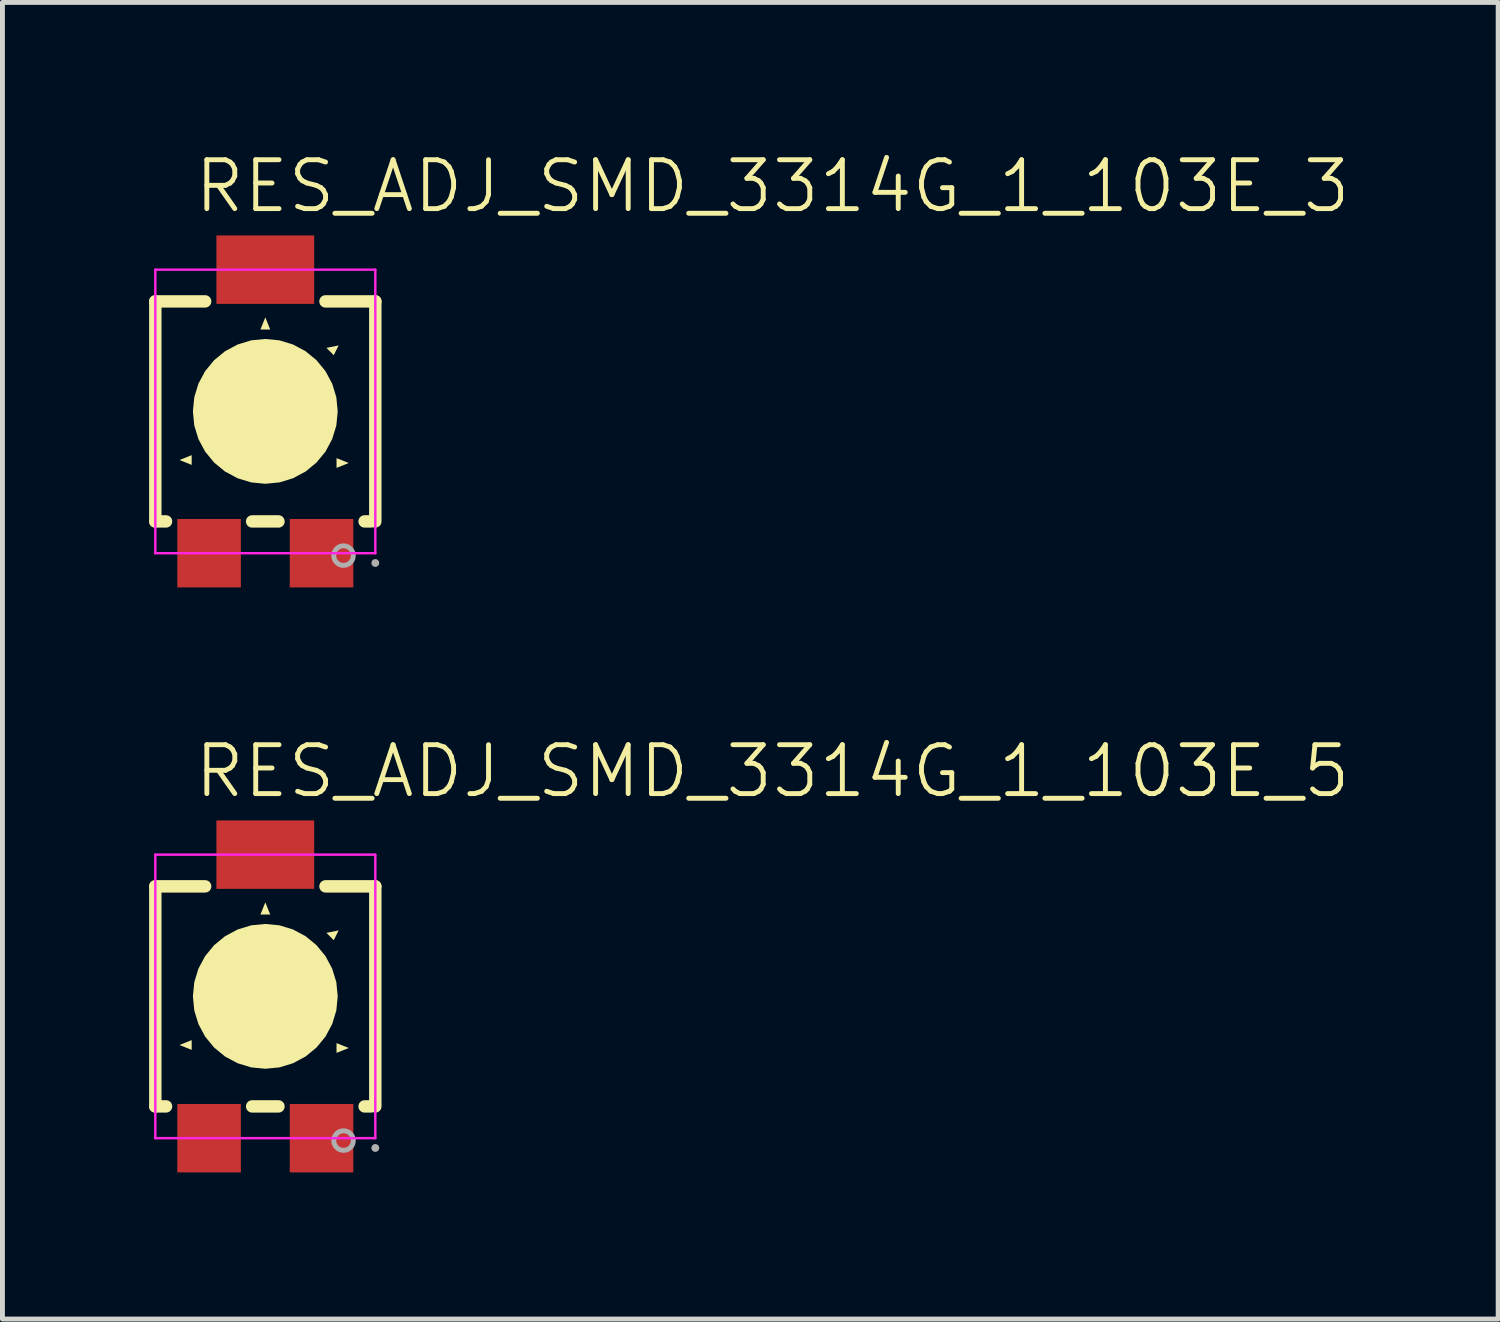
<source format=kicad_pcb>
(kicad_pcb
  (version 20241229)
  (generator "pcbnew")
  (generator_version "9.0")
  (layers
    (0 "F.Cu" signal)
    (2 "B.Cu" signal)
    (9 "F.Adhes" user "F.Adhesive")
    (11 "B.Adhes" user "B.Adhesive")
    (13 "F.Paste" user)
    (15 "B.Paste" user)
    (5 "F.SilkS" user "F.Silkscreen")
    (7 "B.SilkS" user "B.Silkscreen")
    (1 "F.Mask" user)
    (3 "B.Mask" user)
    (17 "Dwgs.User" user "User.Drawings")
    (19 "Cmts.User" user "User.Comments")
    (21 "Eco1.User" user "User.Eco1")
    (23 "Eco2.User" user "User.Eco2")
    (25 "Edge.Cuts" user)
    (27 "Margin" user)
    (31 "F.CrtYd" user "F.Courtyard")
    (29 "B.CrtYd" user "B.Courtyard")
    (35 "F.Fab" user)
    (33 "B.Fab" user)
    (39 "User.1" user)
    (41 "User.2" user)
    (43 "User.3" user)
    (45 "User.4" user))
  (footprint "RES_ADJ_SMD_3314G_1_103E_5"
    (layer "F.Cu")
    (at 2.377 17.332)
    (property "Reference" "RES_ADJ_SMD_3314G_1_103E_5" (at -1.5 -4.606 0) (layer "F.SilkS") (effects (font (size 1 1) (thickness 0.1)) (justify left)))
    (fp_line (start -2.25 -2.251) (end -2.25 2.25) (stroke (width 0.254) (type solid)) (layer "F.SilkS"))
    (fp_line (start -2.25 2.25) (end -2.031 2.25) (stroke (width 0.254) (type solid)) (layer "F.SilkS"))
    (fp_line (start -1.231 -2.251) (end -2.25 -2.251) (stroke (width 0.254) (type solid)) (layer "F.SilkS"))
    (fp_line (start -0.269 2.25) (end 0.269 2.25) (stroke (width 0.254) (type solid)) (layer "F.SilkS"))
    (fp_line (start -0.254 -1.016) (end -0.254 1.016) (stroke (width 0.254) (type solid)) (layer "F.SilkS"))
    (fp_line (start 0.254 -1.016) (end 0.254 1.016) (stroke (width 0.254) (type solid)) (layer "F.SilkS"))
    (fp_line (start 2.031 2.25) (end 2.159 2.25) (stroke (width 0.254) (type solid)) (layer "F.SilkS"))
    (fp_line (start 2.25 -2.251) (end 1.231 -2.251) (stroke (width 0.254) (type solid)) (layer "F.SilkS"))
    (fp_line (start 2.25 -2.251) (end 2.25 2.25) (stroke (width 0.254) (type solid)) (layer "F.SilkS"))
    (fp_poly (pts (xy -1.506 1.094) (xy -1.506 0.894) (xy -1.756 0.994)) (stroke (width 0) (type solid)) (fill yes) (layer "F.SilkS"))
    (fp_poly (pts (xy -0.1 -1.675) (xy 0.1 -1.675) (xy 0 -1.925)) (stroke (width 0) (type solid)) (fill yes) (layer "F.SilkS"))
    (fp_poly (pts (xy 1.25 -1.3) (xy 1.4 -1.15) (xy 1.5 -1.35)) (stroke (width 0) (type solid)) (fill yes) (layer "F.SilkS"))
    (fp_poly (pts (xy 1.457 0.955) (xy 1.457 1.155) (xy 1.707 1.055)) (stroke (width 0) (type solid)) (fill yes) (layer "F.SilkS"))
    (fp_poly (pts (xy -0.508 -0.509) (xy -0.51 -0.534) (xy -0.518 -0.558) (xy -0.529 -0.58) (xy -0.545 -0.599) (xy -0.564 -0.615) (xy -0.586 -0.626) (xy -0.61 -0.634) (xy -0.635 -0.636) (xy -0.66 -0.634) (xy -0.684 -0.626) (xy -0.706 -0.615) (xy -0.725 -0.599) (xy -0.741 -0.58) (xy -0.752 -0.558) (xy -0.76 -0.534) (xy -0.762 -0.509) (xy -0.76 -0.484) (xy -0.752 -0.46) (xy -0.741 -0.438) (xy -0.725 -0.419) (xy -0.706 -0.403) (xy -0.684 -0.392) (xy -0.66 -0.384) (xy -0.635 -0.382) (xy -0.61 -0.384) (xy -0.586 -0.392) (xy -0.564 -0.403) (xy -0.545 -0.419) (xy -0.529 -0.438) (xy -0.518 -0.46) (xy -0.51 -0.484)) (stroke (width 0) (type solid)) (fill yes) (layer "F.SilkS"))
    (fp_poly (pts (xy 0.762 -0.509) (xy 0.76 -0.534) (xy 0.752 -0.558) (xy 0.741 -0.58) (xy 0.725 -0.599) (xy 0.706 -0.615) (xy 0.684 -0.626) (xy 0.66 -0.634) (xy 0.635 -0.636) (xy 0.61 -0.634) (xy 0.586 -0.626) (xy 0.564 -0.615) (xy 0.545 -0.599) (xy 0.529 -0.58) (xy 0.518 -0.558) (xy 0.51 -0.534) (xy 0.508 -0.509) (xy 0.51 -0.484) (xy 0.518 -0.46) (xy 0.529 -0.438) (xy 0.545 -0.419) (xy 0.564 -0.403) (xy 0.586 -0.392) (xy 0.61 -0.384) (xy 0.635 -0.382) (xy 0.66 -0.384) (xy 0.684 -0.392) (xy 0.706 -0.403) (xy 0.725 -0.419) (xy 0.741 -0.438) (xy 0.752 -0.46) (xy 0.76 -0.484)) (stroke (width 0) (type solid)) (fill yes) (layer "F.SilkS"))
    (fp_poly (pts (xy 1.136 -0.001) (xy 1.114 -0.223) (xy 1.05 -0.436) (xy 0.945 -0.632) (xy 0.803 -0.804) (xy 0.631 -0.946) (xy 0.435 -1.051) (xy 0.222 -1.115) (xy 0 -1.137) (xy -0.222 -1.115) (xy -0.435 -1.051) (xy -0.631 -0.946) (xy -0.803 -0.804) (xy -0.945 -0.632) (xy -1.05 -0.436) (xy -1.114 -0.223) (xy -1.136 -0.001) (xy -1.114 0.221) (xy -1.05 0.434) (xy -0.945 0.63) (xy -0.803 0.802) (xy -0.631 0.944) (xy -0.435 1.049) (xy -0.222 1.113) (xy 0 1.135) (xy 0.222 1.113) (xy 0.435 1.049) (xy 0.631 0.944) (xy 0.803 0.802) (xy 0.945 0.63) (xy 1.05 0.434) (xy 1.114 0.221)) (stroke (width 0) (type solid)) (fill yes) (layer "F.SilkS"))
    (fp_poly (pts (xy 1.481 -0.001) (xy 1.453 -0.29) (xy 1.368 -0.568) (xy 1.231 -0.824) (xy 1.047 -1.048) (xy 0.823 -1.232) (xy 0.567 -1.369) (xy 0.289 -1.454) (xy 0 -1.482) (xy -0.289 -1.454) (xy -0.567 -1.369) (xy -0.823 -1.232) (xy -1.047 -1.048) (xy -1.231 -0.824) (xy -1.368 -0.568) (xy -1.453 -0.29) (xy -1.481 -0.001) (xy -1.453 0.288) (xy -1.368 0.566) (xy -1.231 0.822) (xy -1.047 1.046) (xy -0.823 1.23) (xy -0.567 1.367) (xy -0.289 1.452) (xy 0 1.48) (xy 0.289 1.452) (xy 0.567 1.367) (xy 0.823 1.23) (xy 1.047 1.046) (xy 1.231 0.822) (xy 1.368 0.566) (xy 1.453 0.288)) (stroke (width 0) (type solid)) (fill yes) (layer "F.SilkS"))
    (fp_line (start -2.25 -2.9) (end -2.25 2.9) (stroke (width 0.05) (type solid)) (layer "F.CrtYd"))
    (fp_line (start -2.25 2.9) (end 2.25 2.9) (stroke (width 0.05) (type solid)) (layer "F.CrtYd"))
    (fp_line (start 2.25 -2.9) (end -2.25 -2.9) (stroke (width 0.05) (type solid)) (layer "F.CrtYd"))
    (fp_line (start 2.25 2.9) (end 2.25 -2.9) (stroke (width 0.05) (type solid)) (layer "F.CrtYd"))
    (fp_poly (pts (xy 1.8 2.949) (xy 1.796 2.91) (xy 1.785 2.872) (xy 1.766 2.838) (xy 1.741 2.808) (xy 1.711 2.783) (xy 1.677 2.764) (xy 1.639 2.753) (xy 1.6 2.749) (xy 1.561 2.753) (xy 1.523 2.764) (xy 1.489 2.783) (xy 1.459 2.808) (xy 1.434 2.838) (xy 1.415 2.872) (xy 1.404 2.91) (xy 1.4 2.949) (xy 1.404 2.988) (xy 1.415 3.026) (xy 1.434 3.06) (xy 1.459 3.09) (xy 1.489 3.115) (xy 1.523 3.134) (xy 1.561 3.145) (xy 1.6 3.149) (xy 1.639 3.145) (xy 1.677 3.134) (xy 1.711 3.115) (xy 1.741 3.09) (xy 1.766 3.06) (xy 1.785 3.026) (xy 1.796 2.988)) (stroke (width 0.1) (type solid)) (fill no) (layer "F.Fab"))
    (fp_poly (pts (xy 2.28 3.1) (xy 2.279 3.094) (xy 2.278 3.089) (xy 2.275 3.083) (xy 2.271 3.079) (xy 2.267 3.075) (xy 2.261 3.072) (xy 2.256 3.071) (xy 2.25 3.07) (xy 2.244 3.071) (xy 2.239 3.072) (xy 2.233 3.075) (xy 2.229 3.079) (xy 2.225 3.083) (xy 2.222 3.089) (xy 2.221 3.094) (xy 2.22 3.1) (xy 2.221 3.106) (xy 2.222 3.111) (xy 2.225 3.117) (xy 2.229 3.121) (xy 2.233 3.125) (xy 2.239 3.128) (xy 2.244 3.129) (xy 2.25 3.13) (xy 2.256 3.129) (xy 2.261 3.128) (xy 2.267 3.125) (xy 2.271 3.121) (xy 2.275 3.117) (xy 2.278 3.111) (xy 2.279 3.106)) (stroke (width 0.1) (type solid)) (fill no) (layer "F.Fab"))
    (pad "1" smd rect (at 1.15 2.9) (size 1.3 1.4) (layers "F.Cu" "F.Mask" "F.Paste"))
    (pad "2" smd rect (at 0 -2.9) (size 2 1.4) (layers "F.Cu" "F.Mask" "F.Paste"))
    (pad "3" smd rect (at -1.15 2.9) (size 1.3 1.4) (layers "F.Cu" "F.Mask" "F.Paste")))
  (footprint "RES_ADJ_SMD_3314G_1_103E_3"
    (layer "F.Cu")
    (at 2.377 5.366)
    (property "Reference" "RES_ADJ_SMD_3314G_1_103E_3" (at -1.5 -4.606 0) (layer "F.SilkS") (effects (font (size 1 1) (thickness 0.1)) (justify left)))
    (fp_line (start -2.25 -2.251) (end -2.25 2.25) (stroke (width 0.254) (type solid)) (layer "F.SilkS"))
    (fp_line (start -2.25 2.25) (end -2.031 2.25) (stroke (width 0.254) (type solid)) (layer "F.SilkS"))
    (fp_line (start -1.231 -2.251) (end -2.25 -2.251) (stroke (width 0.254) (type solid)) (layer "F.SilkS"))
    (fp_line (start -0.269 2.25) (end 0.269 2.25) (stroke (width 0.254) (type solid)) (layer "F.SilkS"))
    (fp_line (start -0.254 -1.016) (end -0.254 1.016) (stroke (width 0.254) (type solid)) (layer "F.SilkS"))
    (fp_line (start 0.254 -1.016) (end 0.254 1.016) (stroke (width 0.254) (type solid)) (layer "F.SilkS"))
    (fp_line (start 2.031 2.25) (end 2.159 2.25) (stroke (width 0.254) (type solid)) (layer "F.SilkS"))
    (fp_line (start 2.25 -2.251) (end 1.231 -2.251) (stroke (width 0.254) (type solid)) (layer "F.SilkS"))
    (fp_line (start 2.25 -2.251) (end 2.25 2.25) (stroke (width 0.254) (type solid)) (layer "F.SilkS"))
    (fp_poly (pts (xy -1.506 1.094) (xy -1.506 0.894) (xy -1.756 0.994)) (stroke (width 0) (type solid)) (fill yes) (layer "F.SilkS"))
    (fp_poly (pts (xy -0.1 -1.675) (xy 0.1 -1.675) (xy 0 -1.925)) (stroke (width 0) (type solid)) (fill yes) (layer "F.SilkS"))
    (fp_poly (pts (xy 1.25 -1.3) (xy 1.4 -1.15) (xy 1.5 -1.35)) (stroke (width 0) (type solid)) (fill yes) (layer "F.SilkS"))
    (fp_poly (pts (xy 1.457 0.955) (xy 1.457 1.155) (xy 1.707 1.055)) (stroke (width 0) (type solid)) (fill yes) (layer "F.SilkS"))
    (fp_poly (pts (xy -0.508 -0.509) (xy -0.51 -0.534) (xy -0.518 -0.558) (xy -0.529 -0.58) (xy -0.545 -0.599) (xy -0.564 -0.615) (xy -0.586 -0.626) (xy -0.61 -0.634) (xy -0.635 -0.636) (xy -0.66 -0.634) (xy -0.684 -0.626) (xy -0.706 -0.615) (xy -0.725 -0.599) (xy -0.741 -0.58) (xy -0.752 -0.558) (xy -0.76 -0.534) (xy -0.762 -0.509) (xy -0.76 -0.484) (xy -0.752 -0.46) (xy -0.741 -0.438) (xy -0.725 -0.419) (xy -0.706 -0.403) (xy -0.684 -0.392) (xy -0.66 -0.384) (xy -0.635 -0.382) (xy -0.61 -0.384) (xy -0.586 -0.392) (xy -0.564 -0.403) (xy -0.545 -0.419) (xy -0.529 -0.438) (xy -0.518 -0.46) (xy -0.51 -0.484)) (stroke (width 0) (type solid)) (fill yes) (layer "F.SilkS"))
    (fp_poly (pts (xy 0.762 -0.509) (xy 0.76 -0.534) (xy 0.752 -0.558) (xy 0.741 -0.58) (xy 0.725 -0.599) (xy 0.706 -0.615) (xy 0.684 -0.626) (xy 0.66 -0.634) (xy 0.635 -0.636) (xy 0.61 -0.634) (xy 0.586 -0.626) (xy 0.564 -0.615) (xy 0.545 -0.599) (xy 0.529 -0.58) (xy 0.518 -0.558) (xy 0.51 -0.534) (xy 0.508 -0.509) (xy 0.51 -0.484) (xy 0.518 -0.46) (xy 0.529 -0.438) (xy 0.545 -0.419) (xy 0.564 -0.403) (xy 0.586 -0.392) (xy 0.61 -0.384) (xy 0.635 -0.382) (xy 0.66 -0.384) (xy 0.684 -0.392) (xy 0.706 -0.403) (xy 0.725 -0.419) (xy 0.741 -0.438) (xy 0.752 -0.46) (xy 0.76 -0.484)) (stroke (width 0) (type solid)) (fill yes) (layer "F.SilkS"))
    (fp_poly (pts (xy 1.136 -0.001) (xy 1.114 -0.223) (xy 1.05 -0.436) (xy 0.945 -0.632) (xy 0.803 -0.804) (xy 0.631 -0.946) (xy 0.435 -1.051) (xy 0.222 -1.115) (xy 0 -1.137) (xy -0.222 -1.115) (xy -0.435 -1.051) (xy -0.631 -0.946) (xy -0.803 -0.804) (xy -0.945 -0.632) (xy -1.05 -0.436) (xy -1.114 -0.223) (xy -1.136 -0.001) (xy -1.114 0.221) (xy -1.05 0.434) (xy -0.945 0.63) (xy -0.803 0.802) (xy -0.631 0.944) (xy -0.435 1.049) (xy -0.222 1.113) (xy 0 1.135) (xy 0.222 1.113) (xy 0.435 1.049) (xy 0.631 0.944) (xy 0.803 0.802) (xy 0.945 0.63) (xy 1.05 0.434) (xy 1.114 0.221)) (stroke (width 0) (type solid)) (fill yes) (layer "F.SilkS"))
    (fp_poly (pts (xy 1.481 -0.001) (xy 1.453 -0.29) (xy 1.368 -0.568) (xy 1.231 -0.824) (xy 1.047 -1.048) (xy 0.823 -1.232) (xy 0.567 -1.369) (xy 0.289 -1.454) (xy 0 -1.482) (xy -0.289 -1.454) (xy -0.567 -1.369) (xy -0.823 -1.232) (xy -1.047 -1.048) (xy -1.231 -0.824) (xy -1.368 -0.568) (xy -1.453 -0.29) (xy -1.481 -0.001) (xy -1.453 0.288) (xy -1.368 0.566) (xy -1.231 0.822) (xy -1.047 1.046) (xy -0.823 1.23) (xy -0.567 1.367) (xy -0.289 1.452) (xy 0 1.48) (xy 0.289 1.452) (xy 0.567 1.367) (xy 0.823 1.23) (xy 1.047 1.046) (xy 1.231 0.822) (xy 1.368 0.566) (xy 1.453 0.288)) (stroke (width 0) (type solid)) (fill yes) (layer "F.SilkS"))
    (fp_line (start -2.25 -2.9) (end -2.25 2.9) (stroke (width 0.05) (type solid)) (layer "F.CrtYd"))
    (fp_line (start -2.25 2.9) (end 2.25 2.9) (stroke (width 0.05) (type solid)) (layer "F.CrtYd"))
    (fp_line (start 2.25 -2.9) (end -2.25 -2.9) (stroke (width 0.05) (type solid)) (layer "F.CrtYd"))
    (fp_line (start 2.25 2.9) (end 2.25 -2.9) (stroke (width 0.05) (type solid)) (layer "F.CrtYd"))
    (fp_poly (pts (xy 1.8 2.949) (xy 1.796 2.91) (xy 1.785 2.872) (xy 1.766 2.838) (xy 1.741 2.808) (xy 1.711 2.783) (xy 1.677 2.764) (xy 1.639 2.753) (xy 1.6 2.749) (xy 1.561 2.753) (xy 1.523 2.764) (xy 1.489 2.783) (xy 1.459 2.808) (xy 1.434 2.838) (xy 1.415 2.872) (xy 1.404 2.91) (xy 1.4 2.949) (xy 1.404 2.988) (xy 1.415 3.026) (xy 1.434 3.06) (xy 1.459 3.09) (xy 1.489 3.115) (xy 1.523 3.134) (xy 1.561 3.145) (xy 1.6 3.149) (xy 1.639 3.145) (xy 1.677 3.134) (xy 1.711 3.115) (xy 1.741 3.09) (xy 1.766 3.06) (xy 1.785 3.026) (xy 1.796 2.988)) (stroke (width 0.1) (type solid)) (fill no) (layer "F.Fab"))
    (fp_poly (pts (xy 2.28 3.1) (xy 2.279 3.094) (xy 2.278 3.089) (xy 2.275 3.083) (xy 2.271 3.079) (xy 2.267 3.075) (xy 2.261 3.072) (xy 2.256 3.071) (xy 2.25 3.07) (xy 2.244 3.071) (xy 2.239 3.072) (xy 2.233 3.075) (xy 2.229 3.079) (xy 2.225 3.083) (xy 2.222 3.089) (xy 2.221 3.094) (xy 2.22 3.1) (xy 2.221 3.106) (xy 2.222 3.111) (xy 2.225 3.117) (xy 2.229 3.121) (xy 2.233 3.125) (xy 2.239 3.128) (xy 2.244 3.129) (xy 2.25 3.13) (xy 2.256 3.129) (xy 2.261 3.128) (xy 2.267 3.125) (xy 2.271 3.121) (xy 2.275 3.117) (xy 2.278 3.111) (xy 2.279 3.106)) (stroke (width 0.1) (type solid)) (fill no) (layer "F.Fab"))
    (pad "1" smd rect (at 1.15 2.9) (size 1.3 1.4) (layers "F.Cu" "F.Mask" "F.Paste"))
    (pad "2" smd rect (at 0 -2.9) (size 2 1.4) (layers "F.Cu" "F.Mask" "F.Paste"))
    (pad "3" smd rect (at -1.15 2.9) (size 1.3 1.4) (layers "F.Cu" "F.Mask" "F.Paste")))
  (gr_rect
    (start -3 -3)
    (end 27.596 23.932)
    (stroke (width 0.1) (type default))
    (fill no)
    (layer "Edge.Cuts")))
</source>
